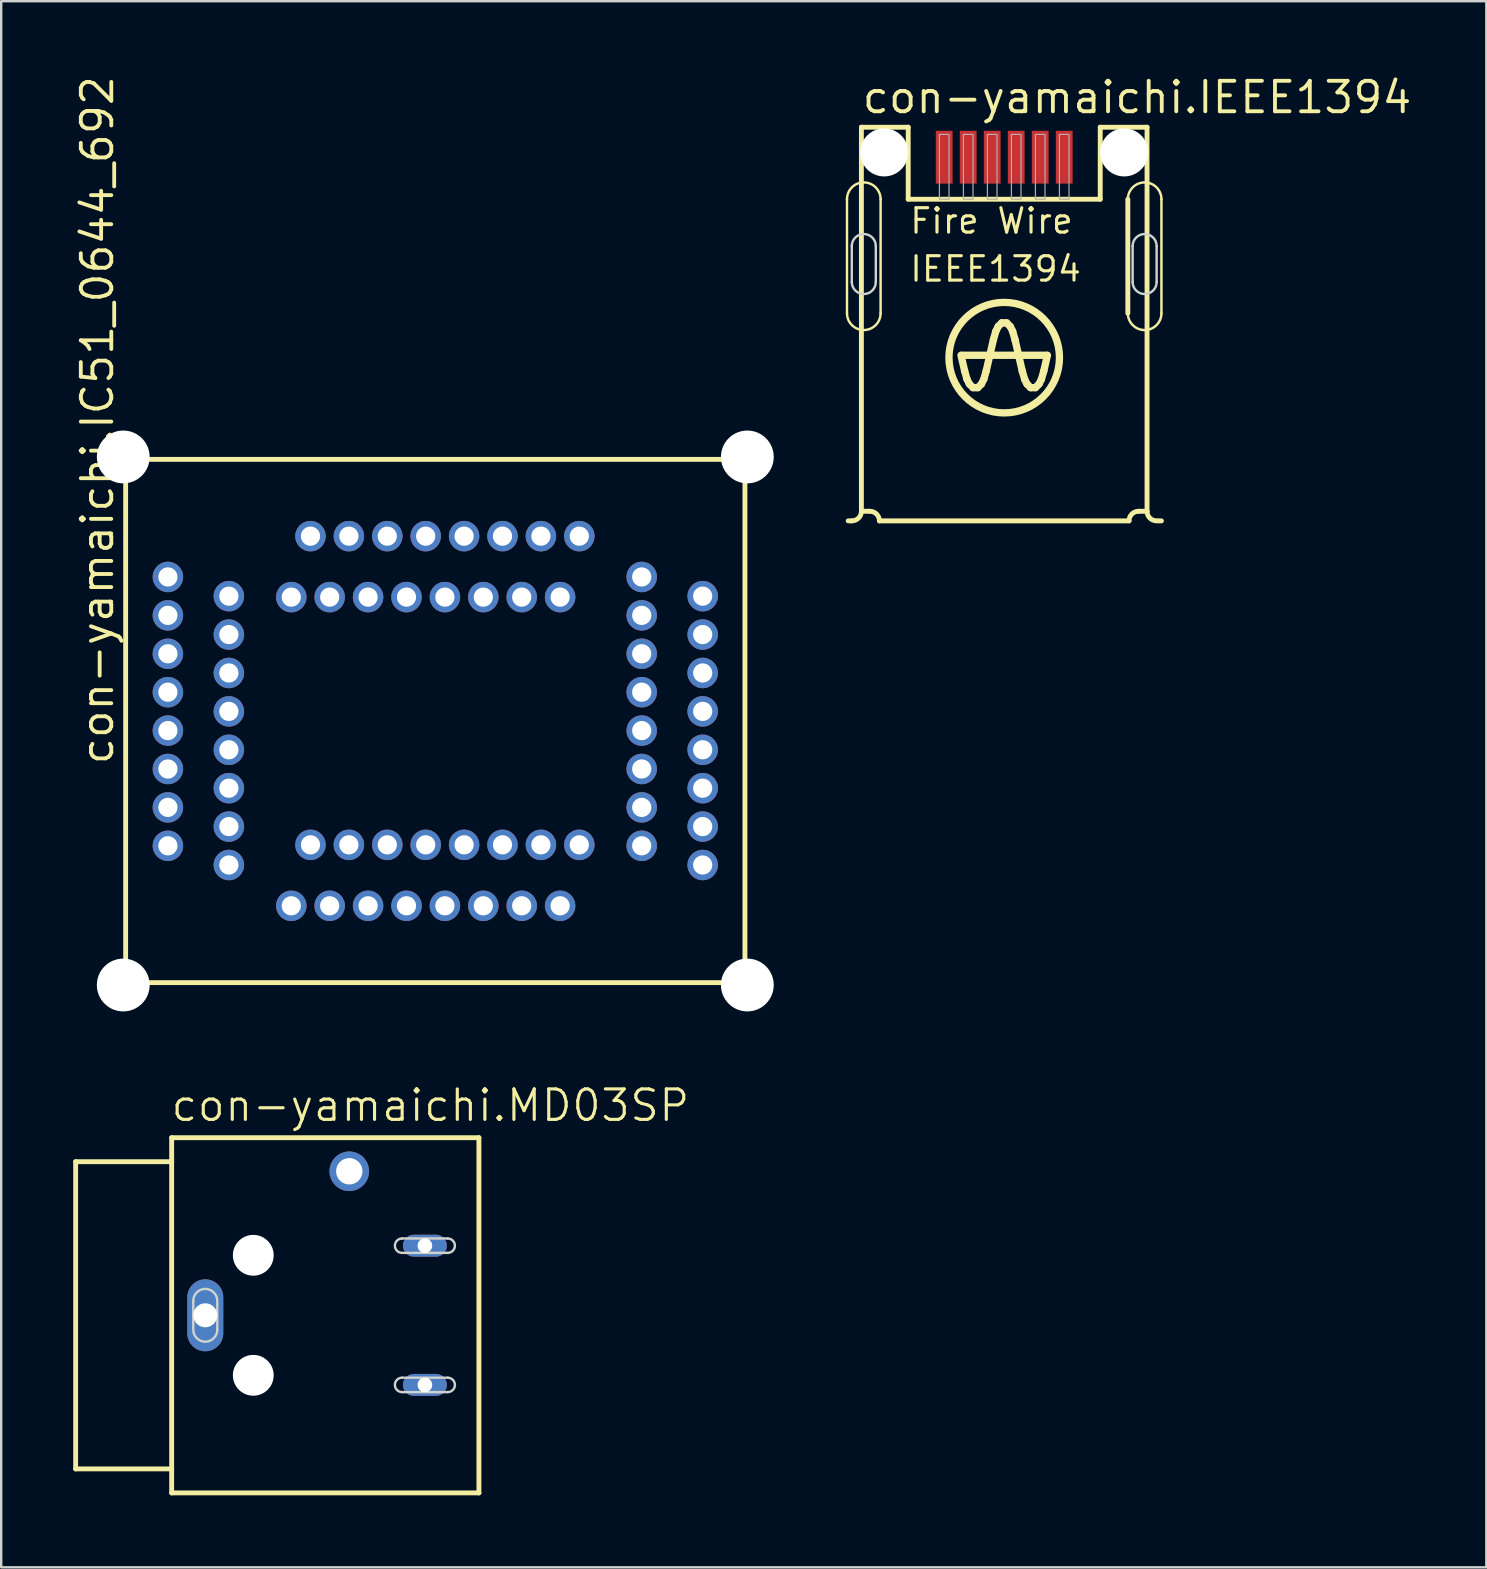
<source format=kicad_pcb>
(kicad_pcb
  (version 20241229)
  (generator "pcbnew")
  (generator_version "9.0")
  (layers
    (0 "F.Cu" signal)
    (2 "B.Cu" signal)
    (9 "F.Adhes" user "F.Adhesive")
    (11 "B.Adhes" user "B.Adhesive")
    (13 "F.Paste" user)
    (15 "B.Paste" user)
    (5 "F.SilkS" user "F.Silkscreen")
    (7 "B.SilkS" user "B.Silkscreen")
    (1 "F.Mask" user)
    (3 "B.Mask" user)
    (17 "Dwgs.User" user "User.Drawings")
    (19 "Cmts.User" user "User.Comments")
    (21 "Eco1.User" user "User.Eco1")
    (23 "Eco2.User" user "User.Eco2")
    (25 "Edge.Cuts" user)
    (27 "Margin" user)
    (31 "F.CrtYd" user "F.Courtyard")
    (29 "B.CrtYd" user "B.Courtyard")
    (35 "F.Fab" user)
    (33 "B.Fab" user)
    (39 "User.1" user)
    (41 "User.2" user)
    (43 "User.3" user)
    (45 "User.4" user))
  (footprint "con-yamaichi.IC51_0644_692"
    (layer "F.Cu")
    (at 15.085 26.987)
    (property "Reference" "con-yamaichi.IC51_0644_692" (at -13.335 1.905 90) (layer "F.SilkS") (effects (font (size 1.27 1.27) (thickness 0.16)) (justify left bottom)))
    (attr through_hole)
    (fp_line (start -12.9 -10.9) (end 12.9 -10.9) (stroke (width 0.203) (type default)) (layer "F.SilkS"))
    (fp_line (start -12.9 10.9) (end -12.9 -10.9) (stroke (width 0.203) (type default)) (layer "F.SilkS"))
    (fp_line (start 12.9 -10.9) (end 12.9 10.9) (stroke (width 0.203) (type default)) (layer "F.SilkS"))
    (fp_line (start 12.9 10.9) (end -12.9 10.9) (stroke (width 0.203) (type default)) (layer "F.SilkS"))
    (pad "" np_thru_hole circle (at -13 -11) (size 2.2 2.2) (drill 2.2) (layers "*.Cu" "*.Mask"))
    (pad "" np_thru_hole circle (at -13 11) (size 2.2 2.2) (drill 2.2) (layers "*.Cu" "*.Mask"))
    (pad "" np_thru_hole circle (at 13 -11) (size 2.2 2.2) (drill 2.2) (layers "*.Cu" "*.Mask"))
    (pad "" np_thru_hole circle (at 13 11) (size 2.2 2.2) (drill 2.2) (layers "*.Cu" "*.Mask"))
    (pad "1" thru_hole circle (at -11.14 -6 180) (size 1.27 1.27) (drill 0.8) (layers "*.Cu" "*.Mask"))
    (pad "2" thru_hole circle (at -8.6 -5.2 180) (size 1.27 1.27) (drill 0.8) (layers "*.Cu" "*.Mask"))
    (pad "3" thru_hole circle (at -11.14 -4.4 180) (size 1.27 1.27) (drill 0.8) (layers "*.Cu" "*.Mask"))
    (pad "4" thru_hole circle (at -8.6 -3.6 180) (size 1.27 1.27) (drill 0.8) (layers "*.Cu" "*.Mask"))
    (pad "5" thru_hole circle (at -11.14 -2.8 180) (size 1.27 1.27) (drill 0.8) (layers "*.Cu" "*.Mask"))
    (pad "6" thru_hole circle (at -8.6 -2 180) (size 1.27 1.27) (drill 0.8) (layers "*.Cu" "*.Mask"))
    (pad "7" thru_hole circle (at -11.14 -1.2 180) (size 1.27 1.27) (drill 0.8) (layers "*.Cu" "*.Mask"))
    (pad "8" thru_hole circle (at -8.6 -0.4 180) (size 1.27 1.27) (drill 0.8) (layers "*.Cu" "*.Mask"))
    (pad "9" thru_hole circle (at -11.14 0.4 180) (size 1.27 1.27) (drill 0.8) (layers "*.Cu" "*.Mask"))
    (pad "10" thru_hole circle (at -8.6 1.2 180) (size 1.27 1.27) (drill 0.8) (layers "*.Cu" "*.Mask"))
    (pad "11" thru_hole circle (at -11.14 2 180) (size 1.27 1.27) (drill 0.8) (layers "*.Cu" "*.Mask"))
    (pad "12" thru_hole circle (at -8.6 2.8 180) (size 1.27 1.27) (drill 0.8) (layers "*.Cu" "*.Mask"))
    (pad "13" thru_hole circle (at -11.14 3.6 180) (size 1.27 1.27) (drill 0.8) (layers "*.Cu" "*.Mask"))
    (pad "14" thru_hole circle (at -8.6 4.4 180) (size 1.27 1.27) (drill 0.8) (layers "*.Cu" "*.Mask"))
    (pad "15" thru_hole circle (at -11.14 5.2 180) (size 1.27 1.27) (drill 0.8) (layers "*.Cu" "*.Mask"))
    (pad "16" thru_hole circle (at -8.6 6 180) (size 1.27 1.27) (drill 0.8) (layers "*.Cu" "*.Mask"))
    (pad "17" thru_hole circle (at -6 7.7 270) (size 1.27 1.27) (drill 0.8) (layers "*.Cu" "*.Mask"))
    (pad "18" thru_hole circle (at -5.2 5.16 270) (size 1.27 1.27) (drill 0.8) (layers "*.Cu" "*.Mask"))
    (pad "19" thru_hole circle (at -4.4 7.7 270) (size 1.27 1.27) (drill 0.8) (layers "*.Cu" "*.Mask"))
    (pad "20" thru_hole circle (at -3.6 5.16 270) (size 1.27 1.27) (drill 0.8) (layers "*.Cu" "*.Mask"))
    (pad "21" thru_hole circle (at -2.8 7.7 270) (size 1.27 1.27) (drill 0.8) (layers "*.Cu" "*.Mask"))
    (pad "22" thru_hole circle (at -2 5.16 270) (size 1.27 1.27) (drill 0.8) (layers "*.Cu" "*.Mask"))
    (pad "23" thru_hole circle (at -1.2 7.7 270) (size 1.27 1.27) (drill 0.8) (layers "*.Cu" "*.Mask"))
    (pad "24" thru_hole circle (at -0.4 5.16 270) (size 1.27 1.27) (drill 0.8) (layers "*.Cu" "*.Mask"))
    (pad "25" thru_hole circle (at 0.4 7.7 270) (size 1.27 1.27) (drill 0.8) (layers "*.Cu" "*.Mask"))
    (pad "26" thru_hole circle (at 1.2 5.16 270) (size 1.27 1.27) (drill 0.8) (layers "*.Cu" "*.Mask"))
    (pad "27" thru_hole circle (at 2 7.7 270) (size 1.27 1.27) (drill 0.8) (layers "*.Cu" "*.Mask"))
    (pad "28" thru_hole circle (at 2.8 5.16 270) (size 1.27 1.27) (drill 0.8) (layers "*.Cu" "*.Mask"))
    (pad "29" thru_hole circle (at 3.6 7.7 270) (size 1.27 1.27) (drill 0.8) (layers "*.Cu" "*.Mask"))
    (pad "30" thru_hole circle (at 4.4 5.16 270) (size 1.27 1.27) (drill 0.8) (layers "*.Cu" "*.Mask"))
    (pad "31" thru_hole circle (at 5.2 7.7 270) (size 1.27 1.27) (drill 0.8) (layers "*.Cu" "*.Mask"))
    (pad "32" thru_hole circle (at 6 5.16 270) (size 1.27 1.27) (drill 0.8) (layers "*.Cu" "*.Mask"))
    (pad "33" thru_hole circle (at 11.14 6) (size 1.27 1.27) (drill 0.8) (layers "*.Cu" "*.Mask"))
    (pad "34" thru_hole circle (at 8.6 5.2) (size 1.27 1.27) (drill 0.8) (layers "*.Cu" "*.Mask"))
    (pad "35" thru_hole circle (at 11.14 4.4) (size 1.27 1.27) (drill 0.8) (layers "*.Cu" "*.Mask"))
    (pad "36" thru_hole circle (at 8.6 3.6) (size 1.27 1.27) (drill 0.8) (layers "*.Cu" "*.Mask"))
    (pad "37" thru_hole circle (at 11.14 2.8) (size 1.27 1.27) (drill 0.8) (layers "*.Cu" "*.Mask"))
    (pad "38" thru_hole circle (at 8.6 2) (size 1.27 1.27) (drill 0.8) (layers "*.Cu" "*.Mask"))
    (pad "39" thru_hole circle (at 11.14 1.2) (size 1.27 1.27) (drill 0.8) (layers "*.Cu" "*.Mask"))
    (pad "40" thru_hole circle (at 8.6 0.4) (size 1.27 1.27) (drill 0.8) (layers "*.Cu" "*.Mask"))
    (pad "41" thru_hole circle (at 11.14 -0.4) (size 1.27 1.27) (drill 0.8) (layers "*.Cu" "*.Mask"))
    (pad "42" thru_hole circle (at 8.6 -1.2) (size 1.27 1.27) (drill 0.8) (layers "*.Cu" "*.Mask"))
    (pad "43" thru_hole circle (at 11.14 -2) (size 1.27 1.27) (drill 0.8) (layers "*.Cu" "*.Mask"))
    (pad "44" thru_hole circle (at 8.6 -2.8) (size 1.27 1.27) (drill 0.8) (layers "*.Cu" "*.Mask"))
    (pad "45" thru_hole circle (at 11.14 -3.6) (size 1.27 1.27) (drill 0.8) (layers "*.Cu" "*.Mask"))
    (pad "46" thru_hole circle (at 8.6 -4.4) (size 1.27 1.27) (drill 0.8) (layers "*.Cu" "*.Mask"))
    (pad "47" thru_hole circle (at 11.14 -5.2) (size 1.27 1.27) (drill 0.8) (layers "*.Cu" "*.Mask"))
    (pad "48" thru_hole circle (at 8.6 -6) (size 1.27 1.27) (drill 0.8) (layers "*.Cu" "*.Mask"))
    (pad "49" thru_hole circle (at 6 -7.7 90) (size 1.27 1.27) (drill 0.8) (layers "*.Cu" "*.Mask"))
    (pad "50" thru_hole circle (at 5.2 -5.16 90) (size 1.27 1.27) (drill 0.8) (layers "*.Cu" "*.Mask"))
    (pad "51" thru_hole circle (at 4.4 -7.7 90) (size 1.27 1.27) (drill 0.8) (layers "*.Cu" "*.Mask"))
    (pad "52" thru_hole circle (at 3.6 -5.16 90) (size 1.27 1.27) (drill 0.8) (layers "*.Cu" "*.Mask"))
    (pad "53" thru_hole circle (at 2.8 -7.7 90) (size 1.27 1.27) (drill 0.8) (layers "*.Cu" "*.Mask"))
    (pad "54" thru_hole circle (at 2 -5.16 90) (size 1.27 1.27) (drill 0.8) (layers "*.Cu" "*.Mask"))
    (pad "55" thru_hole circle (at 1.2 -7.7 90) (size 1.27 1.27) (drill 0.8) (layers "*.Cu" "*.Mask"))
    (pad "56" thru_hole circle (at 0.4 -5.16 90) (size 1.27 1.27) (drill 0.8) (layers "*.Cu" "*.Mask"))
    (pad "57" thru_hole circle (at -0.4 -7.7 90) (size 1.27 1.27) (drill 0.8) (layers "*.Cu" "*.Mask"))
    (pad "58" thru_hole circle (at -1.2 -5.16 90) (size 1.27 1.27) (drill 0.8) (layers "*.Cu" "*.Mask"))
    (pad "59" thru_hole circle (at -2 -7.7 90) (size 1.27 1.27) (drill 0.8) (layers "*.Cu" "*.Mask"))
    (pad "60" thru_hole circle (at -2.8 -5.16 90) (size 1.27 1.27) (drill 0.8) (layers "*.Cu" "*.Mask"))
    (pad "61" thru_hole circle (at -3.6 -7.7 90) (size 1.27 1.27) (drill 0.8) (layers "*.Cu" "*.Mask"))
    (pad "62" thru_hole circle (at -4.4 -5.16 90) (size 1.27 1.27) (drill 0.8) (layers "*.Cu" "*.Mask"))
    (pad "63" thru_hole circle (at -5.2 -7.7 90) (size 1.27 1.27) (drill 0.8) (layers "*.Cu" "*.Mask"))
    (pad "64" thru_hole circle (at -6 -5.16 90) (size 1.27 1.27) (drill 0.8) (layers "*.Cu" "*.Mask")))
  (footprint "con-yamaichi.MD03SP"
    (layer "F.Cu")
    (at 11.002 51.747)
    (property "Reference" "con-yamaichi.MD03SP" (at -7 -8 0) (layer "F.SilkS") (effects (font (size 1.27 1.27) (thickness 0.13)) (justify left bottom)))
    (attr through_hole)
    (fp_line (start -10.9 -6.4) (end -6.9 -6.4) (stroke (width 0.203) (type default)) (layer "F.SilkS"))
    (fp_line (start -10.9 6.4) (end -10.9 -6.4) (stroke (width 0.203) (type default)) (layer "F.SilkS"))
    (fp_line (start -6.9 -7.4) (end 5.9 -7.4) (stroke (width 0.203) (type default)) (layer "F.SilkS"))
    (fp_line (start -6.9 -6.4) (end -6.9 -7.4) (stroke (width 0.203) (type default)) (layer "F.SilkS"))
    (fp_line (start -6.9 6.4) (end -10.9 6.4) (stroke (width 0.203) (type default)) (layer "F.SilkS"))
    (fp_line (start -6.9 6.4) (end -6.9 -6.4) (stroke (width 0.203) (type default)) (layer "F.SilkS"))
    (fp_line (start -6.9 7.4) (end -6.9 6.4) (stroke (width 0.203) (type default)) (layer "F.SilkS"))
    (fp_line (start 5.9 -7.4) (end 5.9 7.4) (stroke (width 0.203) (type default)) (layer "F.SilkS"))
    (fp_line (start 5.9 7.4) (end -6.9 7.4) (stroke (width 0.203) (type default)) (layer "F.SilkS"))
    (fp_line (start -6 -0.6) (end -6 0.55) (stroke (width 0.1) (type default)) (layer "Edge.Cuts"))
    (fp_line (start -5 0.6) (end -5 -0.55) (stroke (width 0.1) (type default)) (layer "Edge.Cuts"))
    (fp_line (start 2.7 -2.6) (end 4.6 -2.6) (stroke (width 0.1) (type default)) (layer "Edge.Cuts"))
    (fp_line (start 2.7 3.2) (end 4.6 3.2) (stroke (width 0.1) (type default)) (layer "Edge.Cuts"))
    (fp_line (start 4.6 -3.2) (end 2.7 -3.2) (stroke (width 0.1) (type default)) (layer "Edge.Cuts"))
    (fp_line (start 4.6 2.6) (end 2.7 2.6) (stroke (width 0.1) (type default)) (layer "Edge.Cuts"))
    (fp_arc (start -6 -0.6) (mid -5.5 -1.1) (end -5 -0.6) (stroke (width 0.1) (type default)) (layer "Edge.Cuts"))
    (fp_arc (start -5 0.6) (mid -5.5 1.1) (end -6 0.6) (stroke (width 0.1) (type default)) (layer "Edge.Cuts"))
    (fp_arc (start 2.7 -2.6) (mid 2.4 -2.9) (end 2.7 -3.2) (stroke (width 0.1) (type default)) (layer "Edge.Cuts"))
    (fp_arc (start 2.7 3.2) (mid 2.4 2.9) (end 2.7 2.6) (stroke (width 0.1) (type default)) (layer "Edge.Cuts"))
    (fp_arc (start 4.6 -3.2) (mid 4.9 -2.9) (end 4.6 -2.6) (stroke (width 0.1) (type default)) (layer "Edge.Cuts"))
    (fp_arc (start 4.6 2.6) (mid 4.9 2.9) (end 4.6 3.2) (stroke (width 0.1) (type default)) (layer "Edge.Cuts"))
    (pad "" np_thru_hole circle (at -3.5 -2.5) (size 1.7 1.7) (drill 1.7) (layers "*.Cu" "*.Mask"))
    (pad "" np_thru_hole circle (at -3.5 2.5) (size 1.7 1.7) (drill 1.7) (layers "*.Cu" "*.Mask"))
    (pad "1" thru_hole oval (at 3.65 2.9) (size 1.829 0.914) (drill 0.61) (layers "*.Cu" "*.Mask"))
    (pad "2" thru_hole oval (at 3.65 -2.9) (size 1.829 0.914) (drill 0.61) (layers "*.Cu" "*.Mask"))
    (pad "3" thru_hole circle (at 0.5 -6) (size 1.65 1.65) (drill 1.1) (layers "*.Cu" "*.Mask"))
    (pad "S" thru_hole oval (at -5.5 0 90) (size 3 1.5) (drill 1) (layers "*.Cu" "*.Mask")))
  (footprint "con-yamaichi.IEEE1394"
    (layer "F.Cu")
    (at 38.787 11.75)
    (property "Reference" "con-yamaichi.IEEE1394" (at -6 -10 0) (layer "F.SilkS") (effects (font (size 1.27 1.27) (thickness 0.16)) (justify left bottom)))
    (attr smd)
    (fp_line (start -6.55 -1.75) (end -6.55 -6.5) (stroke (width 0.102) (type default)) (layer "F.SilkS"))
    (fp_line (start -6.35 6.9) (end -6.5 6.9) (stroke (width 0.203) (type default)) (layer "F.SilkS"))
    (fp_line (start -5.95 -9.5) (end -4 -9.5) (stroke (width 0.203) (type default)) (layer "F.SilkS"))
    (fp_line (start -5.95 6.5) (end -5.95 -9.5) (stroke (width 0.203) (type default)) (layer "F.SilkS"))
    (fp_line (start -5.6 6.5) (end -5.95 6.5) (stroke (width 0.203) (type default)) (layer "F.SilkS"))
    (fp_line (start -5.15 -6.5) (end -5.15 -1.75) (stroke (width 0.102) (type default)) (layer "F.SilkS"))
    (fp_line (start -4 -9.5) (end -4 -6.5) (stroke (width 0.203) (type default)) (layer "F.SilkS"))
    (fp_line (start -4 -6.5) (end 4 -6.5) (stroke (width 0.203) (type default)) (layer "F.SilkS"))
    (fp_line (start -1.8 0) (end -1.65 0.65) (stroke (width 0.305) (type default)) (layer "F.SilkS"))
    (fp_line (start -1.75 0) (end 1.75 0) (stroke (width 0.305) (type default)) (layer "F.SilkS"))
    (fp_line (start -1.65 0.65) (end -1.55 1) (stroke (width 0.305) (type default)) (layer "F.SilkS"))
    (fp_line (start -1.55 1) (end -1.45 1.2) (stroke (width 0.305) (type default)) (layer "F.SilkS"))
    (fp_line (start -1.45 1.2) (end -1.3 1.35) (stroke (width 0.305) (type default)) (layer "F.SilkS"))
    (fp_line (start -1.3 1.35) (end -1.1 1.35) (stroke (width 0.305) (type default)) (layer "F.SilkS"))
    (fp_line (start -0.95 1.2) (end -1.1 1.35) (stroke (width 0.305) (type default)) (layer "F.SilkS"))
    (fp_line (start -0.85 1) (end -0.95 1.2) (stroke (width 0.305) (type default)) (layer "F.SilkS"))
    (fp_line (start -0.75 0.65) (end -0.85 1) (stroke (width 0.305) (type default)) (layer "F.SilkS"))
    (fp_line (start -0.75 0.65) (end -0.45 -0.65) (stroke (width 0.305) (type default)) (layer "F.SilkS"))
    (fp_line (start -0.45 -0.65) (end -0.35 -1) (stroke (width 0.305) (type default)) (layer "F.SilkS"))
    (fp_line (start -0.35 -1) (end -0.25 -1.2) (stroke (width 0.305) (type default)) (layer "F.SilkS"))
    (fp_line (start -0.25 -1.2) (end -0.1 -1.35) (stroke (width 0.305) (type default)) (layer "F.SilkS"))
    (fp_line (start 0.1 -1.35) (end -0.1 -1.35) (stroke (width 0.305) (type default)) (layer "F.SilkS"))
    (fp_line (start 0.25 -1.2) (end 0.1 -1.35) (stroke (width 0.305) (type default)) (layer "F.SilkS"))
    (fp_line (start 0.35 -1) (end 0.25 -1.2) (stroke (width 0.305) (type default)) (layer "F.SilkS"))
    (fp_line (start 0.45 -0.65) (end 0.35 -1) (stroke (width 0.305) (type default)) (layer "F.SilkS"))
    (fp_line (start 0.45 -0.65) (end 0.75 0.65) (stroke (width 0.305) (type default)) (layer "F.SilkS"))
    (fp_line (start 0.75 0.65) (end 0.85 1) (stroke (width 0.305) (type default)) (layer "F.SilkS"))
    (fp_line (start 0.85 1) (end 0.95 1.2) (stroke (width 0.305) (type default)) (layer "F.SilkS"))
    (fp_line (start 0.95 1.2) (end 1.1 1.35) (stroke (width 0.305) (type default)) (layer "F.SilkS"))
    (fp_line (start 1.1 1.35) (end 1.3 1.35) (stroke (width 0.305) (type default)) (layer "F.SilkS"))
    (fp_line (start 1.45 1.2) (end 1.3 1.35) (stroke (width 0.305) (type default)) (layer "F.SilkS"))
    (fp_line (start 1.55 1) (end 1.45 1.2) (stroke (width 0.305) (type default)) (layer "F.SilkS"))
    (fp_line (start 1.65 0.65) (end 1.55 1) (stroke (width 0.305) (type default)) (layer "F.SilkS"))
    (fp_line (start 1.8 0) (end 1.65 0.65) (stroke (width 0.305) (type default)) (layer "F.SilkS"))
    (fp_line (start 4 -9.5) (end 5.95 -9.5) (stroke (width 0.203) (type default)) (layer "F.SilkS"))
    (fp_line (start 4 -6.5) (end 4 -9.5) (stroke (width 0.203) (type default)) (layer "F.SilkS"))
    (fp_line (start 5.15 -1.75) (end 5.15 -6.5) (stroke (width 0.203) (type default)) (layer "F.SilkS"))
    (fp_line (start 5.2 6.9) (end -5.2 6.9) (stroke (width 0.203) (type default)) (layer "F.SilkS"))
    (fp_line (start 5.95 -9.5) (end 5.95 6.5) (stroke (width 0.203) (type default)) (layer "F.SilkS"))
    (fp_line (start 5.95 6.5) (end 5.6 6.5) (stroke (width 0.203) (type default)) (layer "F.SilkS"))
    (fp_line (start 6.55 -6.5) (end 6.55 -1.75) (stroke (width 0.102) (type default)) (layer "F.SilkS"))
    (fp_line (start 6.55 6.9) (end 6.4 6.9) (stroke (width 0.203) (type default)) (layer "F.SilkS"))
    (fp_arc (start -6.55 -6.5) (mid -5.85 -7.2) (end -5.15 -6.5) (stroke (width 0.1016) (type default)) (layer "F.SilkS"))
    (fp_arc (start -5.95 6.5) (mid -6.067157 6.782843) (end -6.35 6.9) (stroke (width 0.2032) (type default)) (layer "F.SilkS"))
    (fp_arc (start -5.6 6.5) (mid -5.317157 6.617157) (end -5.2 6.9) (stroke (width 0.2032) (type default)) (layer "F.SilkS"))
    (fp_arc (start -5.15 -1.75) (mid -5.85 -1.05) (end -6.55 -1.75) (stroke (width 0.1016) (type default)) (layer "F.SilkS"))
    (fp_arc (start 5.15 -6.5) (mid 5.85 -7.2) (end 6.55 -6.5) (stroke (width 0.1016) (type default)) (layer "F.SilkS"))
    (fp_arc (start 5.2 6.9) (mid 5.317157 6.617157) (end 5.6 6.5) (stroke (width 0.2032) (type default)) (layer "F.SilkS"))
    (fp_arc (start 6.35 6.9) (mid 6.067157 6.782843) (end 5.95 6.5) (stroke (width 0.2032) (type default)) (layer "F.SilkS"))
    (fp_arc (start 6.55 -1.75) (mid 5.85 -1.05) (end 5.15 -1.75) (stroke (width 0.1016) (type default)) (layer "F.SilkS"))
    (fp_circle (center 0 0.1) (end 2.302 0.1) (stroke (width 0.305) (type default)) (fill no) (layer "F.SilkS"))
    (fp_line (start -6.35 -3.05) (end -6.35 -4.55) (stroke (width 0.1) (type default)) (layer "Edge.Cuts"))
    (fp_line (start -5.35 -4.55) (end -5.35 -3.05) (stroke (width 0.1) (type default)) (layer "Edge.Cuts"))
    (fp_line (start 5.35 -3.05) (end 5.35 -4.55) (stroke (width 0.1) (type default)) (layer "Edge.Cuts"))
    (fp_line (start 6.35 -4.55) (end 6.35 -3.05) (stroke (width 0.1) (type default)) (layer "Edge.Cuts"))
    (fp_arc (start -6.35 -4.55) (mid -5.85 -5.05) (end -5.35 -4.55) (stroke (width 0.1) (type default)) (layer "Edge.Cuts"))
    (fp_arc (start -5.35 -3.05) (mid -5.85 -2.55) (end -6.35 -3.05) (stroke (width 0.1) (type default)) (layer "Edge.Cuts"))
    (fp_arc (start 5.35 -4.55) (mid 5.85 -5.05) (end 6.35 -4.55) (stroke (width 0.1) (type default)) (layer "Edge.Cuts"))
    (fp_arc (start 6.35 -3.05) (mid 5.85 -2.55) (end 5.35 -3.05) (stroke (width 0.1) (type default)) (layer "Edge.Cuts"))
    (fp_rect (start -2.7 -6.5) (end -2.3 -9.2) (stroke (width 0.05) (type default)) (fill no) (layer "F.Fab"))
    (fp_rect (start -1.7 -6.5) (end -1.3 -9.2) (stroke (width 0.05) (type default)) (fill no) (layer "F.Fab"))
    (fp_rect (start -0.7 -6.5) (end -0.3 -9.2) (stroke (width 0.05) (type default)) (fill no) (layer "F.Fab"))
    (fp_rect (start 0.3 -6.5) (end 0.7 -9.2) (stroke (width 0.05) (type default)) (fill no) (layer "F.Fab"))
    (fp_rect (start 1.3 -6.5) (end 1.7 -9.2) (stroke (width 0.05) (type default)) (fill no) (layer "F.Fab"))
    (fp_rect (start 2.3 -6.5) (end 2.7 -9.2) (stroke (width 0.05) (type default)) (fill no) (layer "F.Fab"))
    (fp_text user "Fire Wire" (at -4 -5 0) (layer "F.SilkS") (effects (font (size 1.016 1.016) (thickness 0.13)) (justify left bottom)))
    (fp_text user "IEEE1394" (at -4 -3 0) (layer "F.SilkS") (effects (font (size 1.016 1.016) (thickness 0.13)) (justify left bottom)))
    (pad "" np_thru_hole circle (at -5 -8.45) (size 2 2) (drill 2) (layers "*.Cu" "*.Mask"))
    (pad "" np_thru_hole circle (at 5 -8.45) (size 2 2) (drill 2) (layers "*.Cu" "*.Mask"))
    (pad "1" smd roundrect (at -2.5 -8.25) (size 0.7 2.2) (layers "F.Cu" "F.Mask" "F.Paste") (roundrect_rratio 0.01))
    (pad "2" smd roundrect (at -1.5 -8.25) (size 0.7 2.2) (layers "F.Cu" "F.Mask" "F.Paste") (roundrect_rratio 0.01))
    (pad "3" smd roundrect (at -0.5 -8.25) (size 0.7 2.2) (layers "F.Cu" "F.Mask" "F.Paste") (roundrect_rratio 0.01))
    (pad "4" smd roundrect (at 0.5 -8.25) (size 0.7 2.2) (layers "F.Cu" "F.Mask" "F.Paste") (roundrect_rratio 0.01))
    (pad "5" smd roundrect (at 1.5 -8.25) (size 0.7 2.2) (layers "F.Cu" "F.Mask" "F.Paste") (roundrect_rratio 0.01))
    (pad "6" smd roundrect (at 2.5 -8.25) (size 0.7 2.2) (layers "F.Cu" "F.Mask" "F.Paste") (roundrect_rratio 0.01)))
  (gr_rect
    (start -3 -3)
    (end 58.873 62.248)
    (stroke (width 0.1) (type default))
    (fill no)
    (layer "Edge.Cuts")))
</source>
